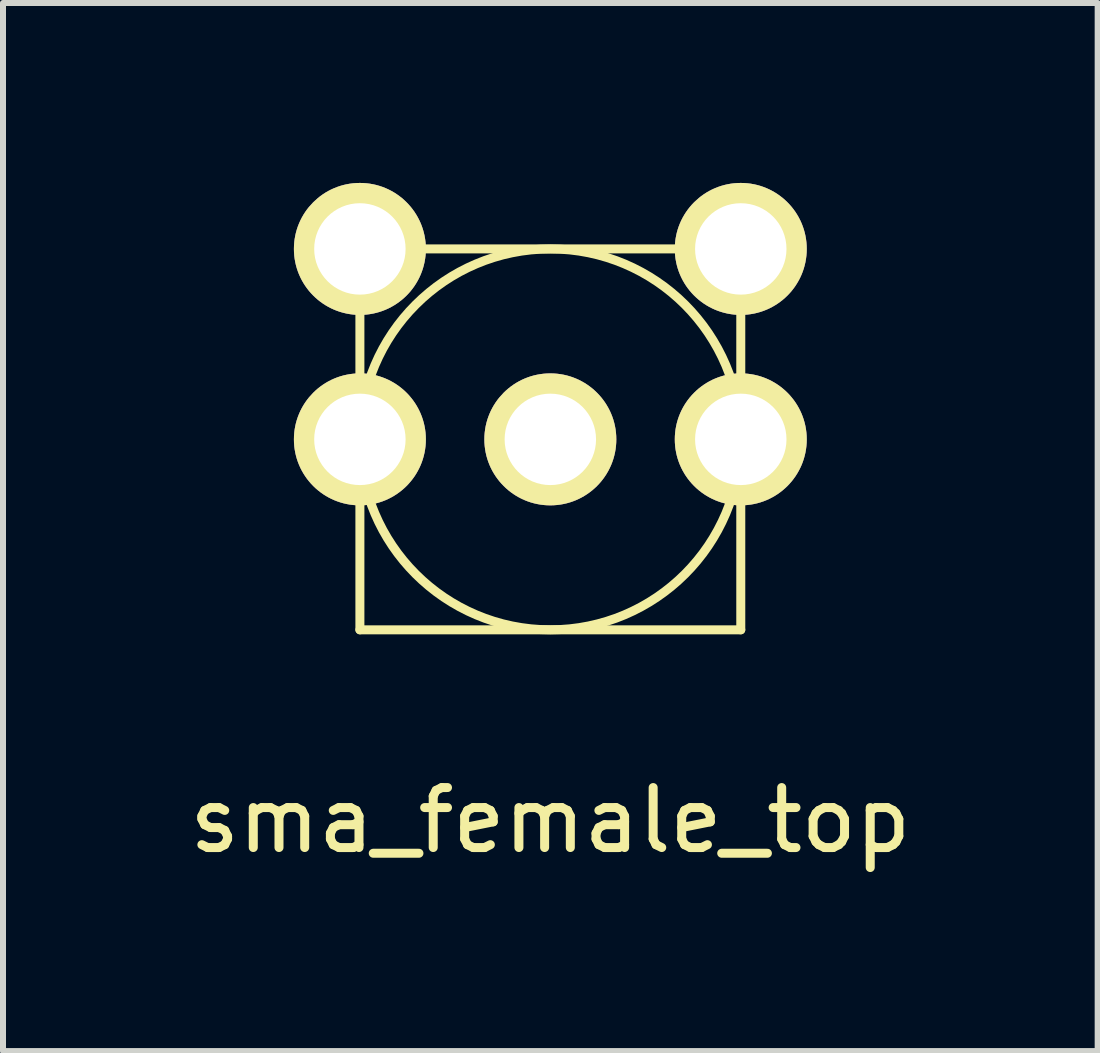
<source format=kicad_pcb>
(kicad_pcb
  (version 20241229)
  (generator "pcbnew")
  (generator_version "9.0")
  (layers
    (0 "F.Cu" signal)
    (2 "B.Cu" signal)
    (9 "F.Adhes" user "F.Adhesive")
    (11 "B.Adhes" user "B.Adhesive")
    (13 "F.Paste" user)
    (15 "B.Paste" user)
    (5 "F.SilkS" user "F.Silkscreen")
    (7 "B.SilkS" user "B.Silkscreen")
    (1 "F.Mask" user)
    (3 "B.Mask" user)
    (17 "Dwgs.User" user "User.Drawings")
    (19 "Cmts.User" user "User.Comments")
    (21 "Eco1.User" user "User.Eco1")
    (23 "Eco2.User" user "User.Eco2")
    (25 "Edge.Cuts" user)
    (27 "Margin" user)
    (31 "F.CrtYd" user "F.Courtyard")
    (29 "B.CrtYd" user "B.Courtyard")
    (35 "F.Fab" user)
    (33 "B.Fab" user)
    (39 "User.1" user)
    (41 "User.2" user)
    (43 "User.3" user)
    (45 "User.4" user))
  (footprint "sma_female_top"
    (layer "F.Cu")
    (at 6.125 4.275)
    (property "Reference" "sma_female_top" (at 0 6.35 0) (layer "F.SilkS") (effects (font (size 1 1) (thickness 0.15))))
    (attr through_hole)
    (fp_line (start -3.175 -3.175) (end -3.175 3.175) (stroke (width 0.15) (type solid)) (layer "F.SilkS"))
    (fp_line (start -3.175 3.175) (end 3.175 3.175) (stroke (width 0.15) (type solid)) (layer "F.SilkS"))
    (fp_line (start 3.175 -3.175) (end -3.175 -3.175) (stroke (width 0.15) (type solid)) (layer "F.SilkS"))
    (fp_line (start 3.175 3.175) (end 3.175 -3.175) (stroke (width 0.15) (type solid)) (layer "F.SilkS"))
    (fp_circle (center 0 0) (end 0 -3.175) (stroke (width 0.15) (type solid)) (fill no) (layer "F.SilkS"))
    (pad "1" thru_hole circle (at 0 0) (size 2.2 2.2) (drill 1.524) (layers "*.Cu" "*.Mask" "F.SilkS"))
    (pad "2" thru_hole circle (at -3.175 0) (size 2.2 2.2) (drill 1.524) (layers "*.Cu" "*.Mask" "F.SilkS"))
    (pad "3" thru_hole circle (at -3.175 -3.175) (size 2.2 2.2) (drill 1.524) (layers "*.Cu" "*.Mask" "F.SilkS"))
    (pad "4" thru_hole circle (at 3.175 -3.175) (size 2.2 2.2) (drill 1.524) (layers "*.Cu" "*.Mask" "F.SilkS"))
    (pad "5" thru_hole circle (at 3.175 0) (size 2.2 2.2) (drill 1.524) (layers "*.Cu" "*.Mask" "F.SilkS")))
  (gr_rect
    (start -3 -3)
    (end 15.25 14.473)
    (stroke (width 0.1) (type default))
    (fill no)
    (layer "Edge.Cuts")))
</source>
